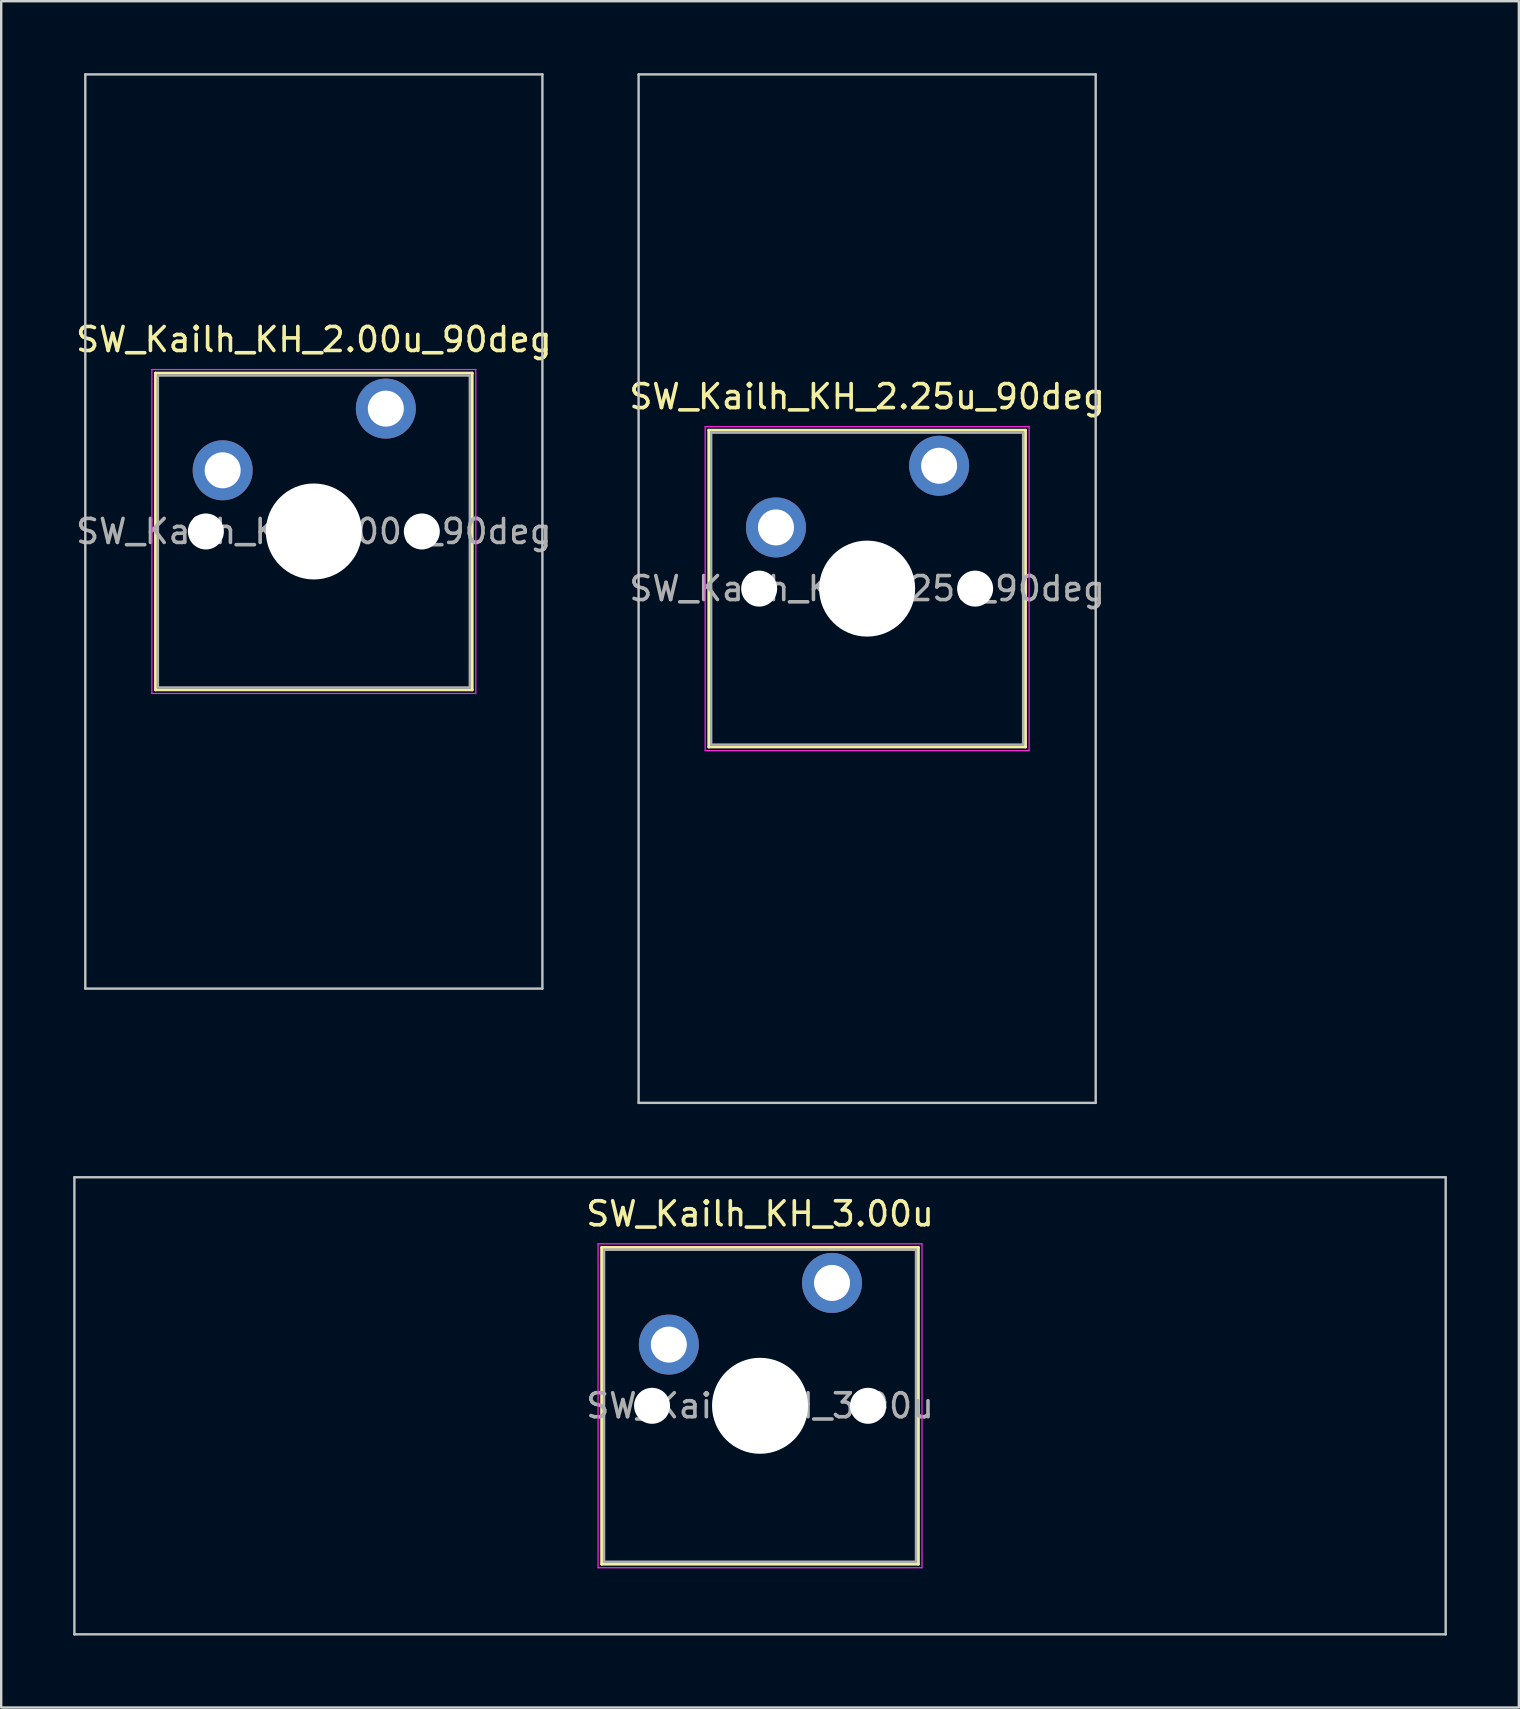
<source format=kicad_pcb>
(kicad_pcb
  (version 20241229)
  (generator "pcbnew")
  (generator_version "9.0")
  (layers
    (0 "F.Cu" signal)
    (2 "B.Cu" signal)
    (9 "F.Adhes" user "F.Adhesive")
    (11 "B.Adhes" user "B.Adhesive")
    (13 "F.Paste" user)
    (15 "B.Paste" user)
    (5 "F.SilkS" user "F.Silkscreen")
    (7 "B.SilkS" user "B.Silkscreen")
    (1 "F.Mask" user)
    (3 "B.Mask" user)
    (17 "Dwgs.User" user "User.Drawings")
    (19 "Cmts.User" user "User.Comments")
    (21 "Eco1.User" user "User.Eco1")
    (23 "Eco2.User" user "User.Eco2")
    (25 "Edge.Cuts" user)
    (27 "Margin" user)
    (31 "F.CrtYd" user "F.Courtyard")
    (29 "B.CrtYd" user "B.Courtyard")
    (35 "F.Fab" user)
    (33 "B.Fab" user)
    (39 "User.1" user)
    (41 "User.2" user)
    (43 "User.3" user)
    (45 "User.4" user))
  (footprint "SW_Kailh_KH_2.25u_90deg"
    (layer "F.Cu")
    (at 33.089 21.481)
    (property "Reference" "SW_Kailh_KH_2.25u_90deg" (at 0 -8 0) (layer "F.SilkS") (effects (font (size 1 1) (thickness 0.15))))
    (attr through_hole)
    (fp_line (start -6.6 -6.6) (end -6.6 6.6) (stroke (width 0.12) (type solid)) (layer "F.SilkS"))
    (fp_line (start -6.6 6.6) (end 6.6 6.6) (stroke (width 0.12) (type solid)) (layer "F.SilkS"))
    (fp_line (start 6.6 -6.6) (end -6.6 -6.6) (stroke (width 0.12) (type solid)) (layer "F.SilkS"))
    (fp_line (start 6.6 6.6) (end 6.6 -6.6) (stroke (width 0.12) (type solid)) (layer "F.SilkS"))
    (fp_line (start -9.525 -21.431) (end 9.525 -21.431) (stroke (width 0.1) (type solid)) (layer "Dwgs.User"))
    (fp_line (start -9.525 21.431) (end -9.525 -21.431) (stroke (width 0.1) (type solid)) (layer "Dwgs.User"))
    (fp_line (start 9.525 -21.431) (end 9.525 21.431) (stroke (width 0.1) (type solid)) (layer "Dwgs.User"))
    (fp_line (start 9.525 21.431) (end -9.525 21.431) (stroke (width 0.1) (type solid)) (layer "Dwgs.User"))
    (fp_line (start -6.1 -6.1) (end -6.1 6.1) (stroke (width 0.1) (type solid)) (layer "Eco1.User"))
    (fp_line (start -6.1 6.1) (end 6.1 6.1) (stroke (width 0.1) (type solid)) (layer "Eco1.User"))
    (fp_line (start 6.1 -6.1) (end -6.1 -6.1) (stroke (width 0.1) (type solid)) (layer "Eco1.User"))
    (fp_line (start 6.1 6.1) (end 6.1 -6.1) (stroke (width 0.1) (type solid)) (layer "Eco1.User"))
    (fp_line (start -6.75 -6.75) (end -6.75 6.75) (stroke (width 0.05) (type solid)) (layer "F.CrtYd"))
    (fp_line (start -6.75 6.75) (end 6.75 6.75) (stroke (width 0.05) (type solid)) (layer "F.CrtYd"))
    (fp_line (start 6.75 -6.75) (end -6.75 -6.75) (stroke (width 0.05) (type solid)) (layer "F.CrtYd"))
    (fp_line (start 6.75 6.75) (end 6.75 -6.75) (stroke (width 0.05) (type solid)) (layer "F.CrtYd"))
    (fp_line (start -6.5 -6.5) (end -6.5 6.5) (stroke (width 0.1) (type solid)) (layer "F.Fab"))
    (fp_line (start -6.5 6.5) (end 6.5 6.5) (stroke (width 0.1) (type solid)) (layer "F.Fab"))
    (fp_line (start 6.5 -6.5) (end -6.5 -6.5) (stroke (width 0.1) (type solid)) (layer "F.Fab"))
    (fp_line (start 6.5 6.5) (end 6.5 -6.5) (stroke (width 0.1) (type solid)) (layer "F.Fab"))
    (fp_text user "${REFERENCE}" (at 0 0 0) (layer "F.Fab") (effects (font (size 1 1) (thickness 0.15))))
    (pad "" np_thru_hole circle (at -4.5 0) (size 1.5 1.5) (drill 1.5) (layers "*.Cu" "*.Mask"))
    (pad "" np_thru_hole circle (at 0 0) (size 4 4) (drill 4) (layers "*.Cu" "*.Mask"))
    (pad "" np_thru_hole circle (at 4.5 0) (size 1.5 1.5) (drill 1.5) (layers "*.Cu" "*.Mask"))
    (pad "1" thru_hole circle (at -3.8 -2.55) (size 2.5 2.5) (drill 1.5) (layers "*.Cu" "*.Mask"))
    (pad "2" thru_hole circle (at 3 -5.12) (size 2.5 2.5) (drill 1.5) (layers "*.Cu" "*.Mask")))
  (footprint "SW_Kailh_KH_3.00u"
    (layer "F.Cu")
    (at 28.625 55.538)
    (property "Reference" "SW_Kailh_KH_3.00u" (at 0 -8 0) (layer "F.SilkS") (effects (font (size 1 1) (thickness 0.15))))
    (attr through_hole)
    (fp_line (start -6.6 -6.6) (end -6.6 6.6) (stroke (width 0.12) (type solid)) (layer "F.SilkS"))
    (fp_line (start -6.6 6.6) (end 6.6 6.6) (stroke (width 0.12) (type solid)) (layer "F.SilkS"))
    (fp_line (start 6.6 -6.6) (end -6.6 -6.6) (stroke (width 0.12) (type solid)) (layer "F.SilkS"))
    (fp_line (start 6.6 6.6) (end 6.6 -6.6) (stroke (width 0.12) (type solid)) (layer "F.SilkS"))
    (fp_line (start -28.575 -9.525) (end -28.575 9.525) (stroke (width 0.1) (type solid)) (layer "Dwgs.User"))
    (fp_line (start -28.575 9.525) (end 28.575 9.525) (stroke (width 0.1) (type solid)) (layer "Dwgs.User"))
    (fp_line (start 28.575 -9.525) (end -28.575 -9.525) (stroke (width 0.1) (type solid)) (layer "Dwgs.User"))
    (fp_line (start 28.575 9.525) (end 28.575 -9.525) (stroke (width 0.1) (type solid)) (layer "Dwgs.User"))
    (fp_line (start -6.1 -6.1) (end -6.1 6.1) (stroke (width 0.1) (type solid)) (layer "Eco1.User"))
    (fp_line (start -6.1 6.1) (end 6.1 6.1) (stroke (width 0.1) (type solid)) (layer "Eco1.User"))
    (fp_line (start 6.1 -6.1) (end -6.1 -6.1) (stroke (width 0.1) (type solid)) (layer "Eco1.User"))
    (fp_line (start 6.1 6.1) (end 6.1 -6.1) (stroke (width 0.1) (type solid)) (layer "Eco1.User"))
    (fp_line (start -6.75 -6.75) (end -6.75 6.75) (stroke (width 0.05) (type solid)) (layer "F.CrtYd"))
    (fp_line (start -6.75 6.75) (end 6.75 6.75) (stroke (width 0.05) (type solid)) (layer "F.CrtYd"))
    (fp_line (start 6.75 -6.75) (end -6.75 -6.75) (stroke (width 0.05) (type solid)) (layer "F.CrtYd"))
    (fp_line (start 6.75 6.75) (end 6.75 -6.75) (stroke (width 0.05) (type solid)) (layer "F.CrtYd"))
    (fp_line (start -6.5 -6.5) (end -6.5 6.5) (stroke (width 0.1) (type solid)) (layer "F.Fab"))
    (fp_line (start -6.5 6.5) (end 6.5 6.5) (stroke (width 0.1) (type solid)) (layer "F.Fab"))
    (fp_line (start 6.5 -6.5) (end -6.5 -6.5) (stroke (width 0.1) (type solid)) (layer "F.Fab"))
    (fp_line (start 6.5 6.5) (end 6.5 -6.5) (stroke (width 0.1) (type solid)) (layer "F.Fab"))
    (fp_text user "${REFERENCE}" (at 0 0 0) (layer "F.Fab") (effects (font (size 1 1) (thickness 0.15))))
    (pad "" np_thru_hole circle (at -4.5 0) (size 1.5 1.5) (drill 1.5) (layers "*.Cu" "*.Mask"))
    (pad "" np_thru_hole circle (at 0 0) (size 4 4) (drill 4) (layers "*.Cu" "*.Mask"))
    (pad "" np_thru_hole circle (at 4.5 0) (size 1.5 1.5) (drill 1.5) (layers "*.Cu" "*.Mask"))
    (pad "1" thru_hole circle (at -3.8 -2.55) (size 2.5 2.5) (drill 1.5) (layers "*.Cu" "*.Mask"))
    (pad "2" thru_hole circle (at 3 -5.12) (size 2.5 2.5) (drill 1.5) (layers "*.Cu" "*.Mask")))
  (footprint "SW_Kailh_KH_2.00u_90deg"
    (layer "F.Cu")
    (at 10.03 19.1)
    (property "Reference" "SW_Kailh_KH_2.00u_90deg" (at 0 -8 0) (layer "F.SilkS") (effects (font (size 1 1) (thickness 0.15))))
    (attr through_hole)
    (fp_line (start -6.6 -6.6) (end -6.6 6.6) (stroke (width 0.12) (type solid)) (layer "F.SilkS"))
    (fp_line (start -6.6 6.6) (end 6.6 6.6) (stroke (width 0.12) (type solid)) (layer "F.SilkS"))
    (fp_line (start 6.6 -6.6) (end -6.6 -6.6) (stroke (width 0.12) (type solid)) (layer "F.SilkS"))
    (fp_line (start 6.6 6.6) (end 6.6 -6.6) (stroke (width 0.12) (type solid)) (layer "F.SilkS"))
    (fp_line (start -9.525 -19.05) (end 9.525 -19.05) (stroke (width 0.1) (type solid)) (layer "Dwgs.User"))
    (fp_line (start -9.525 19.05) (end -9.525 -19.05) (stroke (width 0.1) (type solid)) (layer "Dwgs.User"))
    (fp_line (start 9.525 -19.05) (end 9.525 19.05) (stroke (width 0.1) (type solid)) (layer "Dwgs.User"))
    (fp_line (start 9.525 19.05) (end -9.525 19.05) (stroke (width 0.1) (type solid)) (layer "Dwgs.User"))
    (fp_line (start -6.1 -6.1) (end -6.1 6.1) (stroke (width 0.1) (type solid)) (layer "Eco1.User"))
    (fp_line (start -6.1 6.1) (end 6.1 6.1) (stroke (width 0.1) (type solid)) (layer "Eco1.User"))
    (fp_line (start 6.1 -6.1) (end -6.1 -6.1) (stroke (width 0.1) (type solid)) (layer "Eco1.User"))
    (fp_line (start 6.1 6.1) (end 6.1 -6.1) (stroke (width 0.1) (type solid)) (layer "Eco1.User"))
    (fp_line (start -6.75 -6.75) (end -6.75 6.75) (stroke (width 0.05) (type solid)) (layer "F.CrtYd"))
    (fp_line (start -6.75 6.75) (end 6.75 6.75) (stroke (width 0.05) (type solid)) (layer "F.CrtYd"))
    (fp_line (start 6.75 -6.75) (end -6.75 -6.75) (stroke (width 0.05) (type solid)) (layer "F.CrtYd"))
    (fp_line (start 6.75 6.75) (end 6.75 -6.75) (stroke (width 0.05) (type solid)) (layer "F.CrtYd"))
    (fp_line (start -6.5 -6.5) (end -6.5 6.5) (stroke (width 0.1) (type solid)) (layer "F.Fab"))
    (fp_line (start -6.5 6.5) (end 6.5 6.5) (stroke (width 0.1) (type solid)) (layer "F.Fab"))
    (fp_line (start 6.5 -6.5) (end -6.5 -6.5) (stroke (width 0.1) (type solid)) (layer "F.Fab"))
    (fp_line (start 6.5 6.5) (end 6.5 -6.5) (stroke (width 0.1) (type solid)) (layer "F.Fab"))
    (fp_text user "${REFERENCE}" (at 0 0 0) (layer "F.Fab") (effects (font (size 1 1) (thickness 0.15))))
    (pad "" np_thru_hole circle (at -4.5 0) (size 1.5 1.5) (drill 1.5) (layers "*.Cu" "*.Mask"))
    (pad "" np_thru_hole circle (at 0 0) (size 4 4) (drill 4) (layers "*.Cu" "*.Mask"))
    (pad "" np_thru_hole circle (at 4.5 0) (size 1.5 1.5) (drill 1.5) (layers "*.Cu" "*.Mask"))
    (pad "1" thru_hole circle (at -3.8 -2.55) (size 2.5 2.5) (drill 1.5) (layers "*.Cu" "*.Mask"))
    (pad "2" thru_hole circle (at 3 -5.12) (size 2.5 2.5) (drill 1.5) (layers "*.Cu" "*.Mask")))
  (gr_rect
    (start -3 -3)
    (end 60.25 68.112)
    (stroke (width 0.1) (type default))
    (fill no)
    (layer "Edge.Cuts")))
</source>
